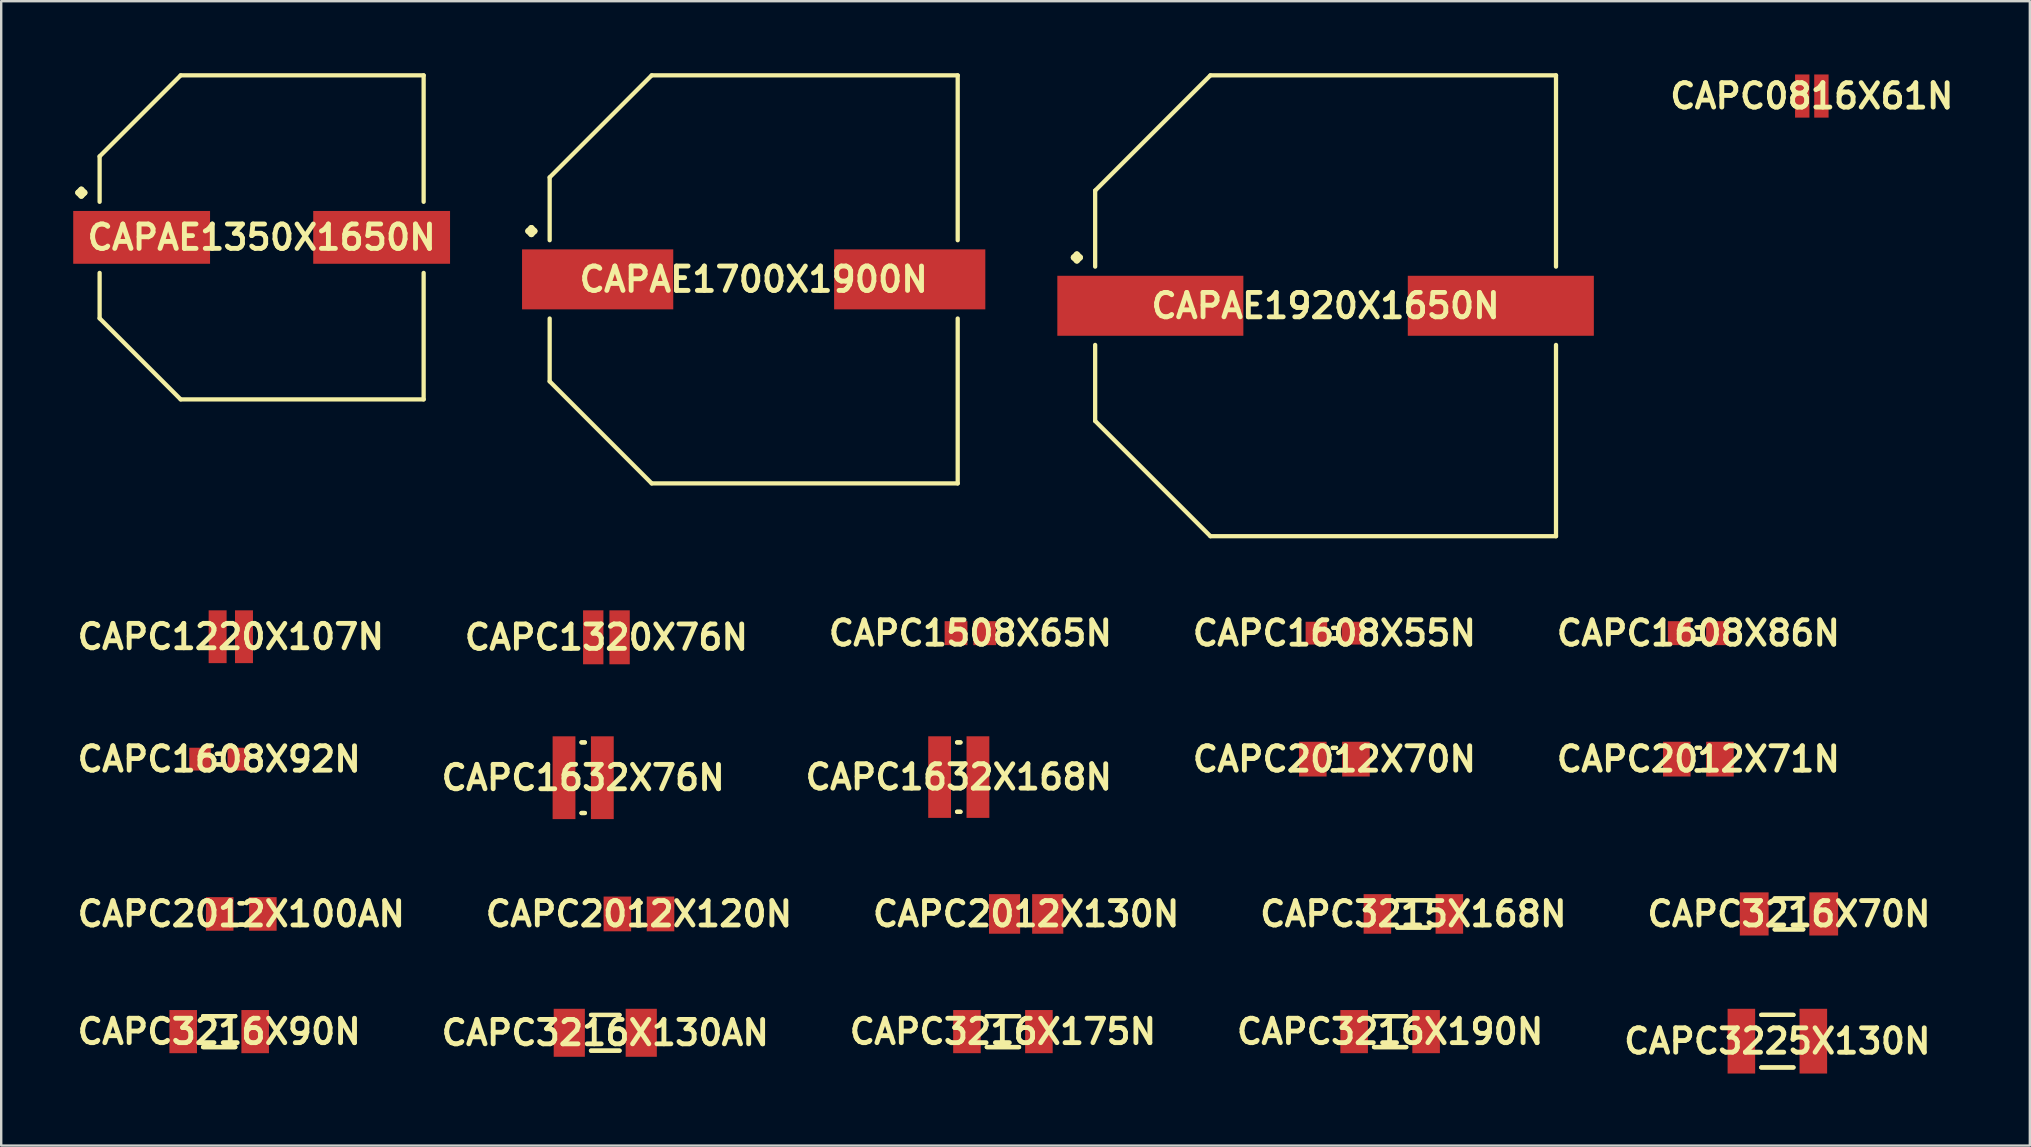
<source format=kicad_pcb>
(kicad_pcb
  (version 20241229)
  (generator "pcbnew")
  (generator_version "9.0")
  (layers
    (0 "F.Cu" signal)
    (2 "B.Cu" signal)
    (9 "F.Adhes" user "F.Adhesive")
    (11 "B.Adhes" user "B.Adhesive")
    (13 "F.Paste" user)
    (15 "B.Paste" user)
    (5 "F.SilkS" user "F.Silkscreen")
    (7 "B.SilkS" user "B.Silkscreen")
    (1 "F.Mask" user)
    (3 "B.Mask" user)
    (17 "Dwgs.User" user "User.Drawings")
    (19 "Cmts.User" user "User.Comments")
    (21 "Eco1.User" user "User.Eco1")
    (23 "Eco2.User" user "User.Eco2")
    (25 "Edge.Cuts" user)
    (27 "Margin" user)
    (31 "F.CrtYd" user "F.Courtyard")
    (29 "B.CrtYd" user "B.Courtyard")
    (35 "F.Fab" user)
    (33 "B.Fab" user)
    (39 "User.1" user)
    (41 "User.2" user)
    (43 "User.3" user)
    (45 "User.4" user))
  (footprint "CAPC1220X107N"
    (layer "F.Cu")
    (at 6.565 23.475)
    (property "Reference" "CAPC1220X107N" (at 0 0 0) (layer "F.SilkS") (effects (font (size 1.016 1.016) (thickness 0.203))))
    (attr smd)
    (pad "1" smd rect (at -0.549 0) (size 0.749 2.2) (layers "F.Cu" "F.Mask" "F.Paste"))
    (pad "2" smd rect (at 0.549 0) (size 0.749 2.2) (layers "F.Cu" "F.Mask" "F.Paste")))
  (footprint "CAPC0816X61N"
    (layer "F.Cu")
    (at 72.427 0.951)
    (property "Reference" "CAPC0816X61N" (at 0 0 0) (layer "F.SilkS") (effects (font (size 1.016 1.016) (thickness 0.203))))
    (attr smd)
    (pad "1" smd rect (at -0.399 0) (size 0.599 1.798) (layers "F.Cu" "F.Mask" "F.Paste"))
    (pad "2" smd rect (at 0.399 0) (size 0.599 1.798) (layers "F.Cu" "F.Mask" "F.Paste")))
  (footprint "CAPC1608X55N"
    (layer "F.Cu")
    (at 52.538 23.326)
    (property "Reference" "CAPC1608X55N" (at 0 0 0) (layer "F.SilkS") (effects (font (size 1.016 1.016) (thickness 0.203))))
    (attr smd)
    (fp_line (start -0.046 -0.221) (end 0.046 -0.221) (stroke (width 0.178) (type solid)) (layer "F.SilkS"))
    (fp_line (start -0.046 0.221) (end 0.046 0.221) (stroke (width 0.178) (type solid)) (layer "F.SilkS"))
    (fp_line (start 0.046 -0.221) (end -0.046 -0.221) (stroke (width 0.178) (type solid)) (layer "F.SilkS"))
    (fp_line (start 0.046 0.221) (end -0.046 0.221) (stroke (width 0.178) (type solid)) (layer "F.SilkS"))
    (pad "1" smd rect (at -0.749 0) (size 0.899 0.95) (layers "F.Cu" "F.Mask" "F.Paste"))
    (pad "2" smd rect (at 0.749 0) (size 0.899 0.95) (layers "F.Cu" "F.Mask" "F.Paste")))
  (footprint "CAPC2012X120N"
    (layer "F.Cu")
    (at 23.567 35.023)
    (property "Reference" "CAPC2012X120N" (at 0 0 0) (layer "F.SilkS") (effects (font (size 1.016 1.016) (thickness 0.203))))
    (attr smd)
    (fp_line (start -0.069 -0.47) (end 0.069 -0.47) (stroke (width 0.178) (type solid)) (layer "F.SilkS"))
    (fp_line (start -0.069 0.47) (end 0.069 0.47) (stroke (width 0.178) (type solid)) (layer "F.SilkS"))
    (fp_line (start 0.069 -0.47) (end -0.069 -0.47) (stroke (width 0.178) (type solid)) (layer "F.SilkS"))
    (fp_line (start 0.069 0.47) (end -0.069 0.47) (stroke (width 0.178) (type solid)) (layer "F.SilkS"))
    (pad "1" smd rect (at -0.899 0) (size 1.148 1.448) (layers "F.Cu" "F.Mask" "F.Paste"))
    (pad "2" smd rect (at 0.899 0) (size 1.148 1.448) (layers "F.Cu" "F.Mask" "F.Paste")))
  (footprint "CAPC1508X65N"
    (layer "F.Cu")
    (at 37.375 23.326)
    (property "Reference" "CAPC1508X65N" (at 0 0 0) (layer "F.SilkS") (effects (font (size 1.016 1.016) (thickness 0.203))))
    (attr smd)
    (pad "1" smd rect (at -0.599 0) (size 0.95 0.998) (layers "F.Cu" "F.Mask" "F.Paste"))
    (pad "2" smd rect (at 0.599 0) (size 0.95 0.998) (layers "F.Cu" "F.Mask" "F.Paste")))
  (footprint "CAPC1608X86N"
    (layer "F.Cu")
    (at 67.701 23.326)
    (property "Reference" "CAPC1608X86N" (at 0 0 0) (layer "F.SilkS") (effects (font (size 1.016 1.016) (thickness 0.203))))
    (attr smd)
    (fp_line (start -0.069 -0.244) (end 0.069 -0.244) (stroke (width 0.178) (type solid)) (layer "F.SilkS"))
    (fp_line (start -0.069 0.244) (end 0.069 0.244) (stroke (width 0.178) (type solid)) (layer "F.SilkS"))
    (fp_line (start 0.069 -0.244) (end -0.069 -0.244) (stroke (width 0.178) (type solid)) (layer "F.SilkS"))
    (fp_line (start 0.069 0.244) (end -0.069 0.244) (stroke (width 0.178) (type solid)) (layer "F.SilkS"))
    (pad "1" smd rect (at -0.798 0) (size 0.95 0.998) (layers "F.Cu" "F.Mask" "F.Paste"))
    (pad "2" smd rect (at 0.798 0) (size 0.95 0.998) (layers "F.Cu" "F.Mask" "F.Paste")))
  (footprint "CAPC3216X130AN"
    (layer "F.Cu")
    (at 22.164 39.974)
    (property "Reference" "CAPC3216X130AN" (at 0 0 0) (layer "F.SilkS") (effects (font (size 1.016 1.016) (thickness 0.203))))
    (attr smd)
    (fp_line (start -0.594 -0.744) (end 0.594 -0.744) (stroke (width 0.178) (type solid)) (layer "F.SilkS"))
    (fp_line (start -0.594 0.744) (end 0.594 0.744) (stroke (width 0.178) (type solid)) (layer "F.SilkS"))
    (fp_line (start 0.594 -0.744) (end -0.594 -0.744) (stroke (width 0.178) (type solid)) (layer "F.SilkS"))
    (fp_line (start 0.594 0.744) (end -0.594 0.744) (stroke (width 0.178) (type solid)) (layer "F.SilkS"))
    (pad "1" smd rect (at -1.499 0) (size 1.298 1.999) (layers "F.Cu" "F.Mask" "F.Paste"))
    (pad "2" smd rect (at 1.499 0) (size 1.298 1.999) (layers "F.Cu" "F.Mask" "F.Paste")))
  (footprint "CAPC1632X168N"
    (layer "F.Cu")
    (at 36.891 29.322)
    (property "Reference" "CAPC1632X168N" (at 0 0 0) (layer "F.SilkS") (effects (font (size 1.016 1.016) (thickness 0.203))))
    (attr smd)
    (fp_line (start -0.069 -1.445) (end 0.069 -1.445) (stroke (width 0.178) (type solid)) (layer "F.SilkS"))
    (fp_line (start -0.069 1.445) (end 0.069 1.445) (stroke (width 0.178) (type solid)) (layer "F.SilkS"))
    (fp_line (start 0.069 -1.445) (end -0.069 -1.445) (stroke (width 0.178) (type solid)) (layer "F.SilkS"))
    (fp_line (start 0.069 1.445) (end -0.069 1.445) (stroke (width 0.178) (type solid)) (layer "F.SilkS"))
    (pad "1" smd rect (at -0.798 0) (size 0.95 3.399) (layers "F.Cu" "F.Mask" "F.Paste"))
    (pad "2" smd rect (at 0.798 0) (size 0.95 3.399) (layers "F.Cu" "F.Mask" "F.Paste")))
  (footprint "CAPC2012X70N"
    (layer "F.Cu")
    (at 52.538 28.574)
    (property "Reference" "CAPC2012X70N" (at 0 0 0) (layer "F.SilkS") (effects (font (size 1.016 1.016) (thickness 0.203))))
    (attr smd)
    (fp_line (start -0.069 -0.47) (end 0.069 -0.47) (stroke (width 0.178) (type solid)) (layer "F.SilkS"))
    (fp_line (start -0.069 0.47) (end 0.069 0.47) (stroke (width 0.178) (type solid)) (layer "F.SilkS"))
    (fp_line (start 0.069 -0.47) (end -0.069 -0.47) (stroke (width 0.178) (type solid)) (layer "F.SilkS"))
    (fp_line (start 0.069 0.47) (end -0.069 0.47) (stroke (width 0.178) (type solid)) (layer "F.SilkS"))
    (pad "1" smd rect (at -0.899 0) (size 1.148 1.448) (layers "F.Cu" "F.Mask" "F.Paste"))
    (pad "2" smd rect (at 0.899 0) (size 1.148 1.448) (layers "F.Cu" "F.Mask" "F.Paste")))
  (footprint "CAPC3216X90N"
    (layer "F.Cu")
    (at 6.081 39.925)
    (property "Reference" "CAPC3216X90N" (at 0 0 0) (layer "F.SilkS") (effects (font (size 1.016 1.016) (thickness 0.203))))
    (attr smd)
    (fp_line (start -0.671 -0.645) (end 0.671 -0.645) (stroke (width 0.178) (type solid)) (layer "F.SilkS"))
    (fp_line (start -0.671 0.645) (end 0.671 0.645) (stroke (width 0.178) (type solid)) (layer "F.SilkS"))
    (fp_line (start 0.671 -0.645) (end -0.671 -0.645) (stroke (width 0.178) (type solid)) (layer "F.SilkS"))
    (fp_line (start 0.671 0.645) (end -0.671 0.645) (stroke (width 0.178) (type solid)) (layer "F.SilkS"))
    (pad "1" smd rect (at -1.499 0) (size 1.148 1.798) (layers "F.Cu" "F.Mask" "F.Paste"))
    (pad "2" smd rect (at 1.499 0) (size 1.148 1.798) (layers "F.Cu" "F.Mask" "F.Paste")))
  (footprint "CAPC3225X130N"
    (layer "F.Cu")
    (at 70.991 40.323)
    (property "Reference" "CAPC3225X130N" (at 0 0 0) (layer "F.SilkS") (effects (font (size 1.016 1.016) (thickness 0.203))))
    (attr smd)
    (fp_line (start -0.671 -1.095) (end 0.671 -1.095) (stroke (width 0.178) (type solid)) (layer "F.SilkS"))
    (fp_line (start -0.671 1.095) (end 0.671 1.095) (stroke (width 0.178) (type solid)) (layer "F.SilkS"))
    (fp_line (start 0.671 -1.095) (end -0.671 -1.095) (stroke (width 0.178) (type solid)) (layer "F.SilkS"))
    (fp_line (start 0.671 1.095) (end -0.671 1.095) (stroke (width 0.178) (type solid)) (layer "F.SilkS"))
    (pad "1" smd rect (at -1.499 0) (size 1.148 2.697) (layers "F.Cu" "F.Mask" "F.Paste"))
    (pad "2" smd rect (at 1.499 0) (size 1.148 2.697) (layers "F.Cu" "F.Mask" "F.Paste")))
  (footprint "CAPAE1700X1900N"
    (layer "F.Cu")
    (at 28.347 8.588)
    (property "Reference" "CAPAE1700X1900N" (at 0 0 0) (layer "F.SilkS") (effects (font (size 1.016 1.016) (thickness 0.203))))
    (attr smd)
    (fp_line (start -9.388 -2.012) (end -9.261 -2.139) (stroke (width 0.254) (type solid)) (layer "F.SilkS"))
    (fp_line (start -9.261 -2.139) (end -9.134 -2.012) (stroke (width 0.254) (type solid)) (layer "F.SilkS"))
    (fp_line (start -9.261 -1.885) (end -9.388 -2.012) (stroke (width 0.254) (type solid)) (layer "F.SilkS"))
    (fp_line (start -9.134 -2.012) (end -9.261 -1.885) (stroke (width 0.254) (type solid)) (layer "F.SilkS"))
    (fp_line (start -8.499 -4.249) (end -8.499 -1.631) (stroke (width 0.178) (type solid)) (layer "F.SilkS"))
    (fp_line (start -8.499 4.249) (end -8.499 1.631) (stroke (width 0.178) (type solid)) (layer "F.SilkS"))
    (fp_line (start -4.249 -8.499) (end -8.499 -4.249) (stroke (width 0.178) (type solid)) (layer "F.SilkS"))
    (fp_line (start -4.249 8.499) (end -8.499 4.249) (stroke (width 0.178) (type solid)) (layer "F.SilkS"))
    (fp_line (start 8.499 -8.499) (end -4.249 -8.499) (stroke (width 0.178) (type solid)) (layer "F.SilkS"))
    (fp_line (start 8.499 -1.631) (end 8.499 -8.499) (stroke (width 0.178) (type solid)) (layer "F.SilkS"))
    (fp_line (start 8.499 1.631) (end 8.499 8.499) (stroke (width 0.178) (type solid)) (layer "F.SilkS"))
    (fp_line (start 8.499 8.499) (end -4.249 8.499) (stroke (width 0.178) (type solid)) (layer "F.SilkS"))
    (pad "1" smd rect (at -6.5 0) (size 6.299 2.499) (layers "F.Cu" "F.Mask" "F.Paste"))
    (pad "2" smd rect (at 6.5 0) (size 6.299 2.499) (layers "F.Cu" "F.Mask" "F.Paste")))
  (footprint "CAPC2012X100AN"
    (layer "F.Cu")
    (at 7.001 35.023)
    (property "Reference" "CAPC2012X100AN" (at 0 0 0) (layer "F.SilkS") (effects (font (size 1.016 1.016) (thickness 0.203))))
    (attr smd)
    (fp_line (start -0.069 -0.445) (end 0.069 -0.445) (stroke (width 0.178) (type solid)) (layer "F.SilkS"))
    (fp_line (start -0.069 0.445) (end 0.069 0.445) (stroke (width 0.178) (type solid)) (layer "F.SilkS"))
    (fp_line (start 0.069 -0.445) (end -0.069 -0.445) (stroke (width 0.178) (type solid)) (layer "F.SilkS"))
    (fp_line (start 0.069 0.445) (end -0.069 0.445) (stroke (width 0.178) (type solid)) (layer "F.SilkS"))
    (pad "1" smd rect (at -0.899 0) (size 1.148 1.4) (layers "F.Cu" "F.Mask" "F.Paste"))
    (pad "2" smd rect (at 0.899 0) (size 1.148 1.4) (layers "F.Cu" "F.Mask" "F.Paste")))
  (footprint "CAPC3216X70N"
    (layer "F.Cu")
    (at 71.475 35.023)
    (property "Reference" "CAPC3216X70N" (at 0 0 0) (layer "F.SilkS") (effects (font (size 1.016 1.016) (thickness 0.203))))
    (attr smd)
    (fp_line (start -0.594 -0.645) (end 0.594 -0.645) (stroke (width 0.178) (type solid)) (layer "F.SilkS"))
    (fp_line (start -0.594 0.645) (end 0.594 0.645) (stroke (width 0.178) (type solid)) (layer "F.SilkS"))
    (fp_line (start 0.594 -0.645) (end -0.594 -0.645) (stroke (width 0.178) (type solid)) (layer "F.SilkS"))
    (fp_line (start 0.594 0.645) (end -0.594 0.645) (stroke (width 0.178) (type solid)) (layer "F.SilkS"))
    (pad "1" smd rect (at -1.448 0) (size 1.199 1.798) (layers "F.Cu" "F.Mask" "F.Paste"))
    (pad "2" smd rect (at 1.448 0) (size 1.199 1.798) (layers "F.Cu" "F.Mask" "F.Paste")))
  (footprint "CAPC1608X92N"
    (layer "F.Cu")
    (at 6.081 28.574)
    (property "Reference" "CAPC1608X92N" (at 0 0 0) (layer "F.SilkS") (effects (font (size 1.016 1.016) (thickness 0.203))))
    (attr smd)
    (fp_line (start -0.094 -0.221) (end 0.094 -0.221) (stroke (width 0.178) (type solid)) (layer "F.SilkS"))
    (fp_line (start -0.094 0.221) (end 0.094 0.221) (stroke (width 0.178) (type solid)) (layer "F.SilkS"))
    (fp_line (start 0.094 -0.221) (end -0.094 -0.221) (stroke (width 0.178) (type solid)) (layer "F.SilkS"))
    (fp_line (start 0.094 0.221) (end -0.094 0.221) (stroke (width 0.178) (type solid)) (layer "F.SilkS"))
    (pad "1" smd rect (at -0.798 0) (size 0.899 0.95) (layers "F.Cu" "F.Mask" "F.Paste"))
    (pad "2" smd rect (at 0.798 0) (size 0.899 0.95) (layers "F.Cu" "F.Mask" "F.Paste")))
  (footprint "CAPC3216X190N"
    (layer "F.Cu")
    (at 54.86 39.925)
    (property "Reference" "CAPC3216X190N" (at 0 0 0) (layer "F.SilkS") (effects (font (size 1.016 1.016) (thickness 0.203))))
    (attr smd)
    (fp_line (start -0.671 -0.645) (end 0.671 -0.645) (stroke (width 0.178) (type solid)) (layer "F.SilkS"))
    (fp_line (start -0.671 0.645) (end 0.671 0.645) (stroke (width 0.178) (type solid)) (layer "F.SilkS"))
    (fp_line (start 0.671 -0.645) (end -0.671 -0.645) (stroke (width 0.178) (type solid)) (layer "F.SilkS"))
    (fp_line (start 0.671 0.645) (end -0.671 0.645) (stroke (width 0.178) (type solid)) (layer "F.SilkS"))
    (pad "1" smd rect (at -1.499 0) (size 1.148 1.798) (layers "F.Cu" "F.Mask" "F.Paste"))
    (pad "2" smd rect (at 1.499 0) (size 1.148 1.798) (layers "F.Cu" "F.Mask" "F.Paste")))
  (footprint "CAPAE1350X1650N"
    (layer "F.Cu")
    (at 7.849 6.838)
    (property "Reference" "CAPAE1350X1650N" (at 0 0 0) (layer "F.SilkS") (effects (font (size 1.016 1.016) (thickness 0.203))))
    (attr smd)
    (fp_line (start -7.638 -1.862) (end -7.511 -1.989) (stroke (width 0.254) (type solid)) (layer "F.SilkS"))
    (fp_line (start -7.511 -1.989) (end -7.384 -1.862) (stroke (width 0.254) (type solid)) (layer "F.SilkS"))
    (fp_line (start -7.511 -1.735) (end -7.638 -1.862) (stroke (width 0.254) (type solid)) (layer "F.SilkS"))
    (fp_line (start -7.384 -1.862) (end -7.511 -1.735) (stroke (width 0.254) (type solid)) (layer "F.SilkS"))
    (fp_line (start -6.749 -3.373) (end -6.749 -1.481) (stroke (width 0.178) (type solid)) (layer "F.SilkS"))
    (fp_line (start -6.749 3.373) (end -6.749 1.481) (stroke (width 0.178) (type solid)) (layer "F.SilkS"))
    (fp_line (start -3.373 -6.749) (end -6.749 -3.373) (stroke (width 0.178) (type solid)) (layer "F.SilkS"))
    (fp_line (start -3.373 6.749) (end -6.749 3.373) (stroke (width 0.178) (type solid)) (layer "F.SilkS"))
    (fp_line (start 6.749 -6.749) (end -3.373 -6.749) (stroke (width 0.178) (type solid)) (layer "F.SilkS"))
    (fp_line (start 6.749 -1.481) (end 6.749 -6.749) (stroke (width 0.178) (type solid)) (layer "F.SilkS"))
    (fp_line (start 6.749 1.481) (end 6.749 6.749) (stroke (width 0.178) (type solid)) (layer "F.SilkS"))
    (fp_line (start 6.749 6.749) (end -3.373 6.749) (stroke (width 0.178) (type solid)) (layer "F.SilkS"))
    (pad "1" smd rect (at -4.999 0) (size 5.7 2.2) (layers "F.Cu" "F.Mask" "F.Paste"))
    (pad "2" smd rect (at 4.999 0) (size 5.7 2.2) (layers "F.Cu" "F.Mask" "F.Paste")))
  (footprint "CAPC3215X168N"
    (layer "F.Cu")
    (at 55.828 35.023)
    (property "Reference" "CAPC3215X168N" (at 0 0 0) (layer "F.SilkS") (effects (font (size 1.016 1.016) (thickness 0.203))))
    (attr smd)
    (fp_line (start -0.671 -0.569) (end 0.671 -0.569) (stroke (width 0.178) (type solid)) (layer "F.SilkS"))
    (fp_line (start -0.671 0.569) (end 0.671 0.569) (stroke (width 0.178) (type solid)) (layer "F.SilkS"))
    (fp_line (start 0.671 -0.569) (end -0.671 -0.569) (stroke (width 0.178) (type solid)) (layer "F.SilkS"))
    (fp_line (start 0.671 0.569) (end -0.671 0.569) (stroke (width 0.178) (type solid)) (layer "F.SilkS"))
    (pad "1" smd rect (at -1.499 0) (size 1.148 1.648) (layers "F.Cu" "F.Mask" "F.Paste"))
    (pad "2" smd rect (at 1.499 0) (size 1.148 1.648) (layers "F.Cu" "F.Mask" "F.Paste")))
  (footprint "CAPC1320X76N"
    (layer "F.Cu")
    (at 22.212 23.499)
    (property "Reference" "CAPC1320X76N" (at 0 0 0) (layer "F.SilkS") (effects (font (size 1.016 1.016) (thickness 0.203))))
    (attr smd)
    (pad "1" smd rect (at -0.549 0) (size 0.848 2.248) (layers "F.Cu" "F.Mask" "F.Paste"))
    (pad "2" smd rect (at 0.549 0) (size 0.848 2.248) (layers "F.Cu" "F.Mask" "F.Paste")))
  (footprint "CAPC1632X76N"
    (layer "F.Cu")
    (at 21.244 29.348)
    (property "Reference" "CAPC1632X76N" (at 0 0 0) (layer "F.SilkS") (effects (font (size 1.016 1.016) (thickness 0.203))))
    (attr smd)
    (fp_line (start -0.069 -1.471) (end 0.069 -1.471) (stroke (width 0.178) (type solid)) (layer "F.SilkS"))
    (fp_line (start -0.069 1.471) (end 0.069 1.471) (stroke (width 0.178) (type solid)) (layer "F.SilkS"))
    (fp_line (start 0.069 -1.471) (end -0.069 -1.471) (stroke (width 0.178) (type solid)) (layer "F.SilkS"))
    (fp_line (start 0.069 1.471) (end -0.069 1.471) (stroke (width 0.178) (type solid)) (layer "F.SilkS"))
    (pad "1" smd rect (at -0.798 0) (size 0.95 3.449) (layers "F.Cu" "F.Mask" "F.Paste"))
    (pad "2" smd rect (at 0.798 0) (size 0.95 3.449) (layers "F.Cu" "F.Mask" "F.Paste")))
  (footprint "CAPC2012X130N"
    (layer "F.Cu")
    (at 39.697 35.023)
    (property "Reference" "CAPC2012X130N" (at 0 0 0) (layer "F.SilkS") (effects (font (size 1.016 1.016) (thickness 0.203))))
    (attr smd)
    (pad "1" smd rect (at -0.899 0) (size 1.298 1.648) (layers "F.Cu" "F.Mask" "F.Paste"))
    (pad "2" smd rect (at 0.899 0) (size 1.298 1.648) (layers "F.Cu" "F.Mask" "F.Paste")))
  (footprint "CAPC2012X71N"
    (layer "F.Cu")
    (at 67.701 28.574)
    (property "Reference" "CAPC2012X71N" (at 0 0 0) (layer "F.SilkS") (effects (font (size 1.016 1.016) (thickness 0.203))))
    (attr smd)
    (fp_line (start -0.069 -0.47) (end 0.069 -0.47) (stroke (width 0.178) (type solid)) (layer "F.SilkS"))
    (fp_line (start -0.069 0.47) (end 0.069 0.47) (stroke (width 0.178) (type solid)) (layer "F.SilkS"))
    (fp_line (start 0.069 -0.47) (end -0.069 -0.47) (stroke (width 0.178) (type solid)) (layer "F.SilkS"))
    (fp_line (start 0.069 0.47) (end -0.069 0.47) (stroke (width 0.178) (type solid)) (layer "F.SilkS"))
    (pad "1" smd rect (at -0.899 0) (size 1.148 1.448) (layers "F.Cu" "F.Mask" "F.Paste"))
    (pad "2" smd rect (at 0.899 0) (size 1.148 1.448) (layers "F.Cu" "F.Mask" "F.Paste")))
  (footprint "CAPC3216X175N"
    (layer "F.Cu")
    (at 38.73 39.925)
    (property "Reference" "CAPC3216X175N" (at 0 0 0) (layer "F.SilkS") (effects (font (size 1.016 1.016) (thickness 0.203))))
    (attr smd)
    (fp_line (start -0.671 -0.645) (end 0.671 -0.645) (stroke (width 0.178) (type solid)) (layer "F.SilkS"))
    (fp_line (start -0.671 0.645) (end 0.671 0.645) (stroke (width 0.178) (type solid)) (layer "F.SilkS"))
    (fp_line (start 0.671 -0.645) (end -0.671 -0.645) (stroke (width 0.178) (type solid)) (layer "F.SilkS"))
    (fp_line (start 0.671 0.645) (end -0.671 0.645) (stroke (width 0.178) (type solid)) (layer "F.SilkS"))
    (pad "1" smd rect (at -1.499 0) (size 1.148 1.798) (layers "F.Cu" "F.Mask" "F.Paste"))
    (pad "2" smd rect (at 1.499 0) (size 1.148 1.798) (layers "F.Cu" "F.Mask" "F.Paste")))
  (footprint "CAPAE1920X1650N"
    (layer "F.Cu")
    (at 52.171 9.688)
    (property "Reference" "CAPAE1920X1650N" (at 0 0 0) (layer "F.SilkS") (effects (font (size 1.016 1.016) (thickness 0.203))))
    (attr smd)
    (fp_line (start -10.488 -2.012) (end -10.361 -2.139) (stroke (width 0.254) (type solid)) (layer "F.SilkS"))
    (fp_line (start -10.361 -2.139) (end -10.234 -2.012) (stroke (width 0.254) (type solid)) (layer "F.SilkS"))
    (fp_line (start -10.361 -1.885) (end -10.488 -2.012) (stroke (width 0.254) (type solid)) (layer "F.SilkS"))
    (fp_line (start -10.234 -2.012) (end -10.361 -1.885) (stroke (width 0.254) (type solid)) (layer "F.SilkS"))
    (fp_line (start -9.599 -4.798) (end -9.599 -1.631) (stroke (width 0.178) (type solid)) (layer "F.SilkS"))
    (fp_line (start -9.599 4.798) (end -9.599 1.631) (stroke (width 0.178) (type solid)) (layer "F.SilkS"))
    (fp_line (start -4.798 -9.599) (end -9.599 -4.798) (stroke (width 0.178) (type solid)) (layer "F.SilkS"))
    (fp_line (start -4.798 9.599) (end -9.599 4.798) (stroke (width 0.178) (type solid)) (layer "F.SilkS"))
    (fp_line (start 9.599 -9.599) (end -4.798 -9.599) (stroke (width 0.178) (type solid)) (layer "F.SilkS"))
    (fp_line (start 9.599 -1.631) (end 9.599 -9.599) (stroke (width 0.178) (type solid)) (layer "F.SilkS"))
    (fp_line (start 9.599 1.631) (end 9.599 9.599) (stroke (width 0.178) (type solid)) (layer "F.SilkS"))
    (fp_line (start 9.599 9.599) (end -4.798 9.599) (stroke (width 0.178) (type solid)) (layer "F.SilkS"))
    (pad "1" smd rect (at -7.3 0) (size 7.75 2.499) (layers "F.Cu" "F.Mask" "F.Paste"))
    (pad "2" smd rect (at 7.3 0) (size 7.75 2.499) (layers "F.Cu" "F.Mask" "F.Paste")))
  (gr_rect
    (start -3 -3)
    (end 81.509 44.672)
    (stroke (width 0.1) (type default))
    (fill no)
    (layer "Edge.Cuts")))
</source>
